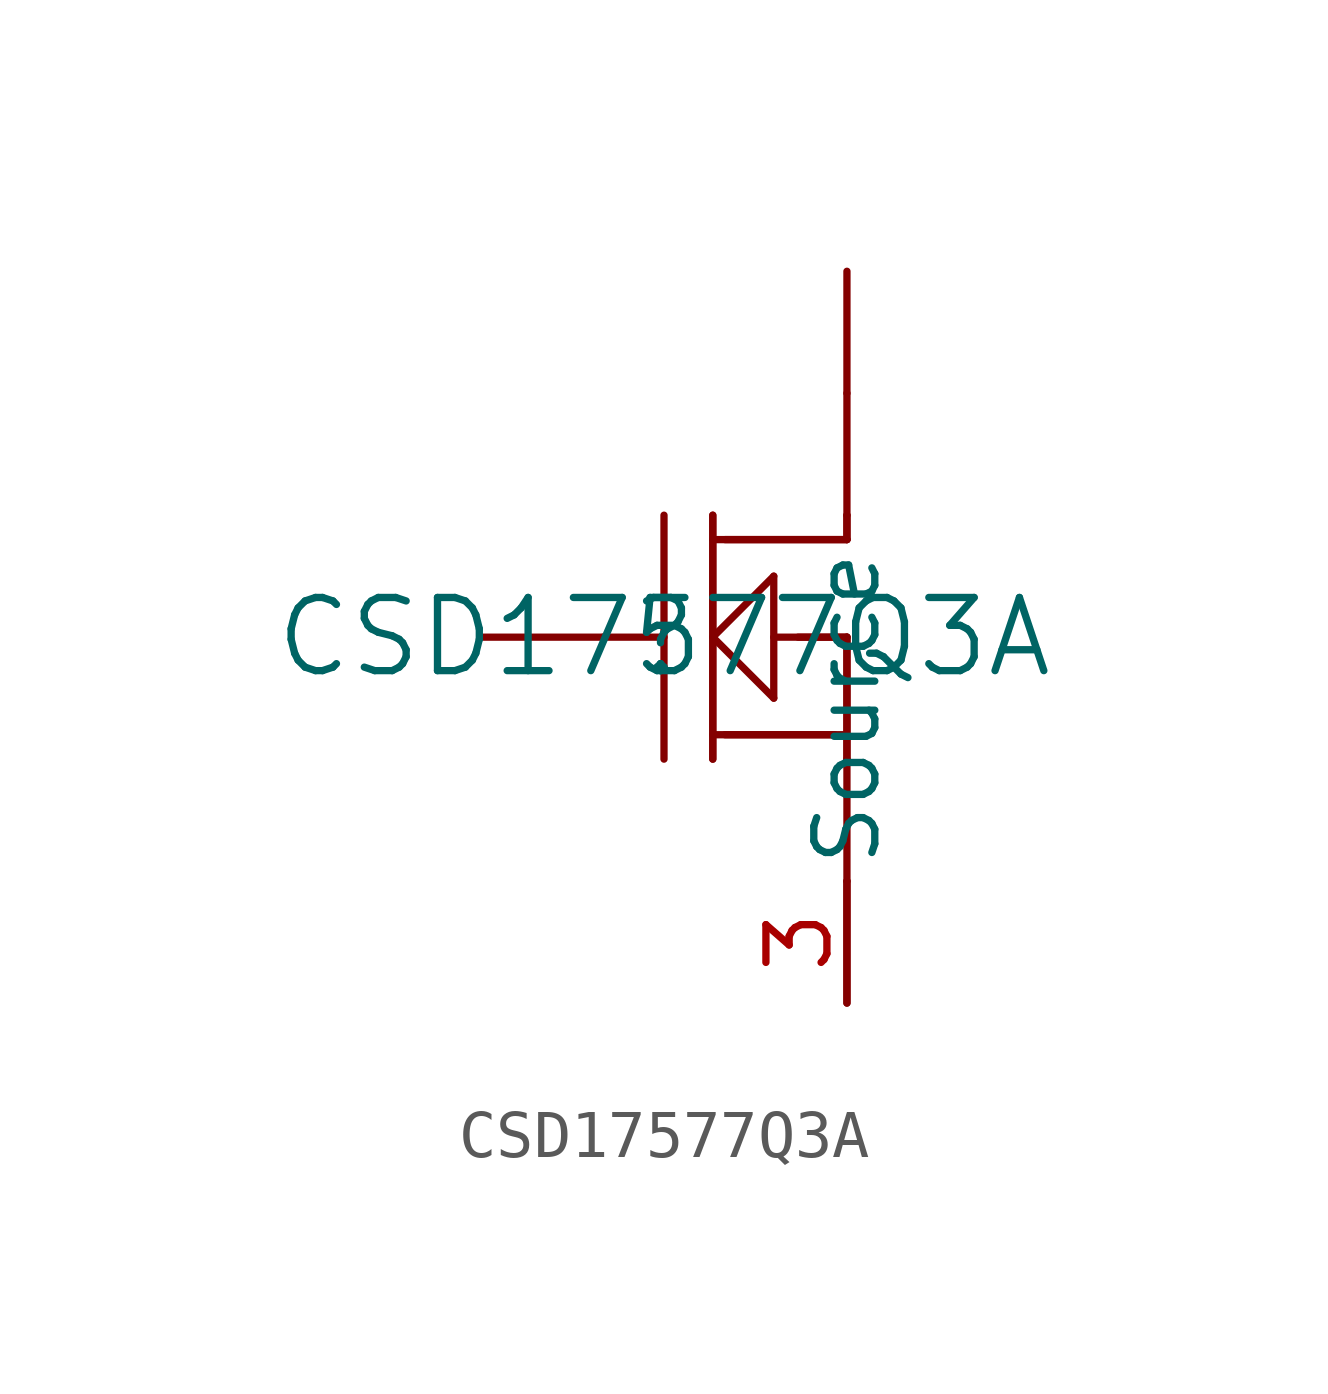
<source format=kicad_sym>
(kicad_symbol_lib
  (version 20211014)
  (generator kicad_symbol_editor)
  (symbol "CSD17577Q3A"
    (pin_names
      (offset 0.254))
    (property "Reference" ""
      (at 0 0 0)
      (effects (font (size 1.524 1.524))))
    (property "Value" "CSD17577Q3A"
      (at 0 0 0)
      (effects (font (size 1.524 1.524))))
    (polyline
      (pts (xy -3.81 0) (xy -1.27 0))
      (stroke (width 0.152) (type default) (color 0 0 0 0))
      (fill (type none)))
    (polyline
      (pts (xy 3.81 7.62) (xy 3.81 5.08))
      (stroke (width 0.152) (type default) (color 0 0 0 0))
      (fill (type none)))
    (polyline
      (pts (xy 3.81 -7.62) (xy 3.81 -5.08))
      (stroke (width 0.152) (type default) (color 0 0 0 0))
      (fill (type none)))
    (polyline
      (pts (xy 1.016 2.54) (xy 1.016 -2.54))
      (stroke (width 0.152) (type default) (color 0 0 0 0))
      (fill (type none)))
    (polyline
      (pts (xy 3.81 2.54) (xy 3.81 2.032))
      (stroke (width 0.152) (type default) (color 0 0 0 0))
      (fill (type none)))
    (polyline
      (pts (xy 3.81 2.032) (xy 1.27 2.032))
      (stroke (width 0.152) (type default) (color 0 0 0 0))
      (fill (type none)))
    (polyline
      (pts (xy 2.794 0) (xy 3.81 0))
      (stroke (width 0.152) (type default) (color 0 0 0 0))
      (fill (type none)))
    (polyline
      (pts (xy 3.81 0) (xy 3.81 -2.54))
      (stroke (width 0.152) (type default) (color 0 0 0 0))
      (fill (type none)))
    (polyline
      (pts (xy 1.27 -2.032) (xy 3.556 -2.032))
      (stroke (width 0.152) (type default) (color 0 0 0 0))
      (fill (type none)))
    (polyline
      (pts (xy 3.81 2.54) (xy 3.81 2.032))
      (stroke (width 0.152) (type default) (color 0 0 0 0))
      (fill (type none)))
    (polyline
      (pts (xy 3.81 2.032) (xy 1.016 2.032))
      (stroke (width 0.152) (type default) (color 0 0 0 0))
      (fill (type none)))
    (polyline
      (pts (xy 1.016 2.54) (xy 1.016 -2.54))
      (stroke (width 0.152) (type default) (color 0 0 0 0))
      (fill (type none)))
    (polyline
      (pts (xy 1.016 -2.032) (xy 3.81 -2.032))
      (stroke (width 0.152) (type default) (color 0 0 0 0))
      (fill (type none)))
    (polyline
      (pts (xy 1.016 0) (xy 2.286 1.27))
      (stroke (width 0.152) (type default) (color 0 0 0 0))
      (fill (type none)))
    (polyline
      (pts (xy 2.286 1.27) (xy 2.286 -1.27))
      (stroke (width 0.152) (type default) (color 0 0 0 0))
      (fill (type none)))
    (polyline
      (pts (xy 2.286 -1.27) (xy 1.016 0))
      (stroke (width 0.152) (type default) (color 0 0 0 0))
      (fill (type none)))
    (polyline
      (pts (xy 2.286 0) (xy 3.81 0))
      (stroke (width 0.152) (type default) (color 0 0 0 0))
      (fill (type none)))
    (polyline
      (pts (xy 3.81 0) (xy 3.81 -2.54))
      (stroke (width 0.152) (type default) (color 0 0 0 0))
      (fill (type none)))
    (polyline
      (pts (xy -1.27 0) (xy 0 0))
      (stroke (width 0.152) (type default) (color 0 0 0 0))
      (fill (type none)))
    (polyline
      (pts (xy 0 -2.54) (xy 0 2.54))
      (stroke (width 0.152) (type default) (color 0 0 0 0))
      (fill (type none)))
    (polyline
      (pts (xy 3.81 5.08) (xy 3.81 2.54))
      (stroke (width 0.152) (type default) (color 0 0 0 0))
      (fill (type none)))
    (polyline
      (pts (xy 3.81 -2.54) (xy 3.81 -5.08))
      (stroke (width 0.152) (type default) (color 0 0 0 0))
      (fill (type none)))
    (pin unspecified line
      (at 3.81 -7.62 90)
      (length 2.54)
      (name "Source" (effects (font (size 1.27 1.27))))
      (number "3" (effects (font (size 1.27 1.27)))))))
</source>
